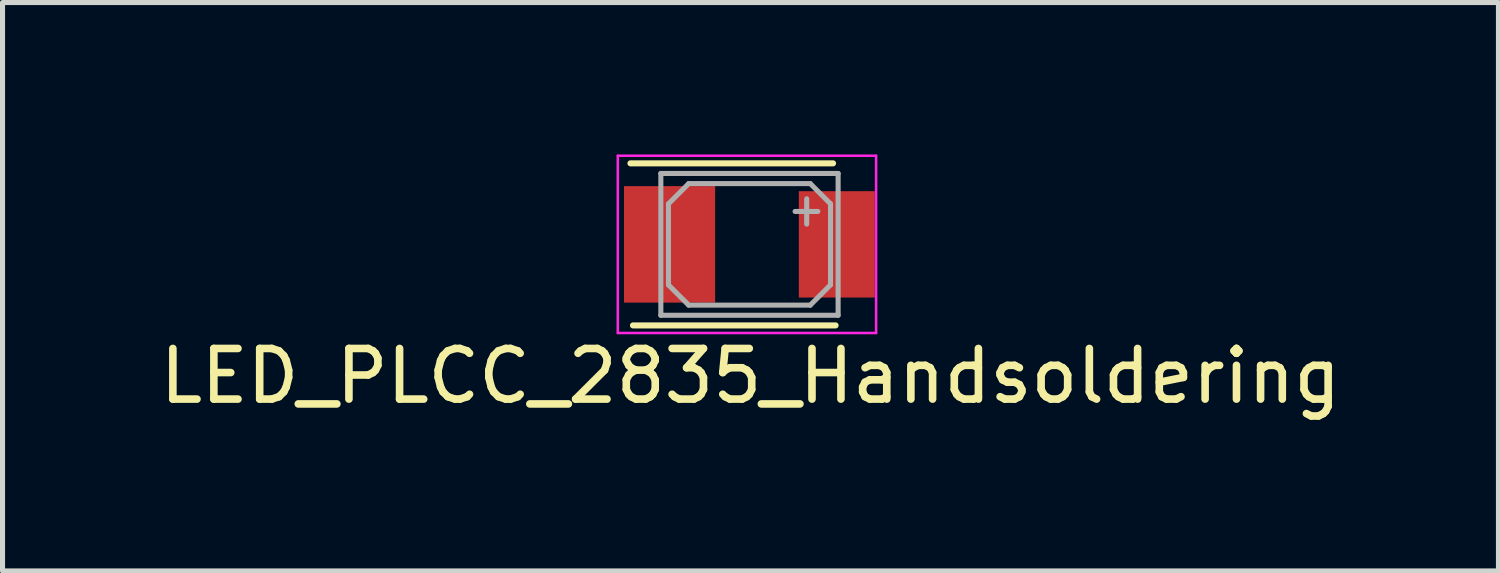
<source format=kicad_pcb>
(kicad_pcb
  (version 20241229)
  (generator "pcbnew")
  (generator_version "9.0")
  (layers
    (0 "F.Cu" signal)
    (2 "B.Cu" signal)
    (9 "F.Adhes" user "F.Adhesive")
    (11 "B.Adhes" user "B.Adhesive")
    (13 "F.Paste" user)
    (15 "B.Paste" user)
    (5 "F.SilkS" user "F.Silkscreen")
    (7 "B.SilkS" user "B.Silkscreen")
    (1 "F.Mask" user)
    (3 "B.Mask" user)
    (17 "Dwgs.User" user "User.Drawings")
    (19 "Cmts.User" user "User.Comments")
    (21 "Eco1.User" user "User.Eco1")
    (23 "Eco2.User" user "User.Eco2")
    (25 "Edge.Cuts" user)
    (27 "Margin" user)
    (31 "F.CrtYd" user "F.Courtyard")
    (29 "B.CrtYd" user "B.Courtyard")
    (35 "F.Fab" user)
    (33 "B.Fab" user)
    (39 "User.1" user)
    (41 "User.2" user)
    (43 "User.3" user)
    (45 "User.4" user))
  (footprint "LED_PLCC_2835_Handsoldering"
    (layer "F.Cu")
    (at 11.948 1.775)
    (property "Reference" "LED_PLCC_2835_Handsoldering" (at -0.18 2.6 180) (layer "F.SilkS") (effects (font (size 1 1) (thickness 0.15))))
    (attr smd)
    (fp_line (start 1.45 -1.6) (end -2.55 -1.6) (stroke (width 0.12) (type solid)) (layer "F.SilkS"))
    (fp_line (start 1.5 1.6) (end -2.5 1.6) (stroke (width 0.12) (type solid)) (layer "F.SilkS"))
    (fp_line (start -2.8 -1.75) (end 2.3 -1.75) (stroke (width 0.05) (type solid)) (layer "F.CrtYd"))
    (fp_line (start -2.8 1.75) (end -2.8 -1.75) (stroke (width 0.05) (type solid)) (layer "F.CrtYd"))
    (fp_line (start 2.3 -1.75) (end 2.3 1.75) (stroke (width 0.05) (type solid)) (layer "F.CrtYd"))
    (fp_line (start 2.3 1.75) (end -2.8 1.75) (stroke (width 0.05) (type solid)) (layer "F.CrtYd"))
    (fp_line (start -1.95 -1.4) (end 1.55 -1.4) (stroke (width 0.1) (type solid)) (layer "F.Fab"))
    (fp_line (start -1.95 1.4) (end -1.95 -1.4) (stroke (width 0.1) (type solid)) (layer "F.Fab"))
    (fp_line (start -1.8 -0.8) (end -1.4 -1.2) (stroke (width 0.1) (type solid)) (layer "F.Fab"))
    (fp_line (start -1.8 0.8) (end -1.8 -0.8) (stroke (width 0.1) (type solid)) (layer "F.Fab"))
    (fp_line (start -1.4 -1.2) (end 1 -1.2) (stroke (width 0.1) (type solid)) (layer "F.Fab"))
    (fp_line (start -1.4 1.2) (end -1.8 0.8) (stroke (width 0.1) (type solid)) (layer "F.Fab"))
    (fp_line (start 0.93 -0.4) (end 0.93 -0.9) (stroke (width 0.1) (type solid)) (layer "F.Fab"))
    (fp_line (start 1 -1.2) (end 1.4 -0.8) (stroke (width 0.1) (type solid)) (layer "F.Fab"))
    (fp_line (start 1 1.2) (end -1.4 1.2) (stroke (width 0.1) (type solid)) (layer "F.Fab"))
    (fp_line (start 1.15 -0.65) (end 0.7 -0.65) (stroke (width 0.1) (type solid)) (layer "F.Fab"))
    (fp_line (start 1.4 -0.8) (end 1.4 0) (stroke (width 0.1) (type solid)) (layer "F.Fab"))
    (fp_line (start 1.4 0) (end 1.4 0.8) (stroke (width 0.1) (type solid)) (layer "F.Fab"))
    (fp_line (start 1.4 0.8) (end 1 1.2) (stroke (width 0.1) (type solid)) (layer "F.Fab"))
    (fp_line (start 1.55 -1.4) (end 1.55 1.4) (stroke (width 0.1) (type solid)) (layer "F.Fab"))
    (fp_line (start 1.55 1.4) (end -1.95 1.4) (stroke (width 0.1) (type solid)) (layer "F.Fab"))
    (pad "1" smd rect (at -1.778 0 180) (size 1.8 2.3) (layers "F.Cu" "F.Mask" "F.Paste"))
    (pad "2" smd rect (at 1.524 0 180) (size 1.5 2.1) (layers "F.Cu" "F.Mask" "F.Paste")))
  (gr_rect
    (start -3 -3)
    (end 26.536 8.223)
    (stroke (width 0.1) (type default))
    (fill no)
    (layer "Edge.Cuts")))
</source>
